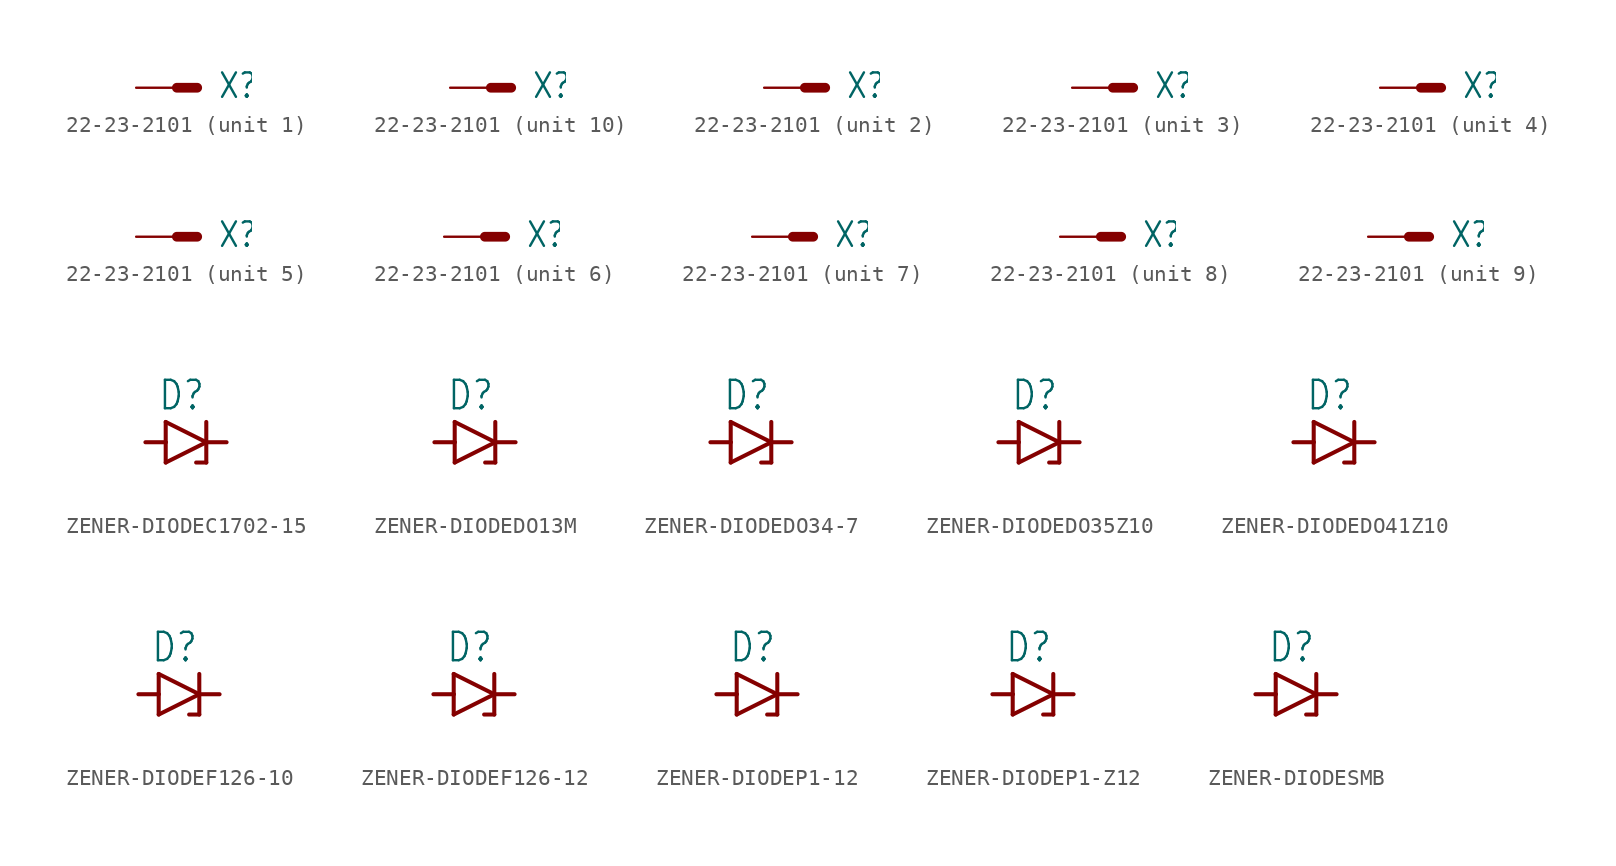
<source format=kicad_sym>
(kicad_symbol_lib
  (version 20231120)
  (generator "kicad_symbol_editor")
  (generator_version "8.0")
  (symbol "22-23-2101"
    (property "Reference" "X"
      (at 2.54 -0.762 0)
      (effects (font (size 1.524 1.295)) (justify left bottom)))
    (property "ki_locked" ""
      (at 0 0 0)
      (effects (font (size 1.27 1.27))))
    (symbol "22-23-2101_1_0"
      (polyline (pts (xy 1.27 0) (xy 0 0)) (stroke (width 0.61) (type solid)) (fill (type none)))
      (pin passive line (at -2.54 0 0) (length 2.54) (name "S" (effects (font (size 0 0)))) (number "1" (effects (font (size 0 0))))))
    (symbol "22-23-2101_2_0"
      (polyline (pts (xy 1.27 0) (xy 0 0)) (stroke (width 0.61) (type solid)) (fill (type none)))
      (pin passive line (at -2.54 0 0) (length 2.54) (name "S" (effects (font (size 0 0)))) (number "2" (effects (font (size 0 0))))))
    (symbol "22-23-2101_3_0"
      (polyline (pts (xy 1.27 0) (xy 0 0)) (stroke (width 0.61) (type solid)) (fill (type none)))
      (pin passive line (at -2.54 0 0) (length 2.54) (name "S" (effects (font (size 0 0)))) (number "3" (effects (font (size 0 0))))))
    (symbol "22-23-2101_4_0"
      (polyline (pts (xy 1.27 0) (xy 0 0)) (stroke (width 0.61) (type solid)) (fill (type none)))
      (pin passive line (at -2.54 0 0) (length 2.54) (name "S" (effects (font (size 0 0)))) (number "4" (effects (font (size 0 0))))))
    (symbol "22-23-2101_5_0"
      (polyline (pts (xy 1.27 0) (xy 0 0)) (stroke (width 0.61) (type solid)) (fill (type none)))
      (pin passive line (at -2.54 0 0) (length 2.54) (name "S" (effects (font (size 0 0)))) (number "5" (effects (font (size 0 0))))))
    (symbol "22-23-2101_6_0"
      (polyline (pts (xy 1.27 0) (xy 0 0)) (stroke (width 0.61) (type solid)) (fill (type none)))
      (pin passive line (at -2.54 0 0) (length 2.54) (name "S" (effects (font (size 0 0)))) (number "6" (effects (font (size 0 0))))))
    (symbol "22-23-2101_7_0"
      (polyline (pts (xy 1.27 0) (xy 0 0)) (stroke (width 0.61) (type solid)) (fill (type none)))
      (pin passive line (at -2.54 0 0) (length 2.54) (name "S" (effects (font (size 0 0)))) (number "7" (effects (font (size 0 0))))))
    (symbol "22-23-2101_8_0"
      (polyline (pts (xy 1.27 0) (xy 0 0)) (stroke (width 0.61) (type solid)) (fill (type none)))
      (pin passive line (at -2.54 0 0) (length 2.54) (name "S" (effects (font (size 0 0)))) (number "8" (effects (font (size 0 0))))))
    (symbol "22-23-2101_9_0"
      (polyline (pts (xy 1.27 0) (xy 0 0)) (stroke (width 0.61) (type solid)) (fill (type none)))
      (pin passive line (at -2.54 0 0) (length 2.54) (name "S" (effects (font (size 0 0)))) (number "9" (effects (font (size 0 0))))))
    (symbol "22-23-2101_10_0"
      (polyline (pts (xy 1.27 0) (xy 0 0)) (stroke (width 0.61) (type solid)) (fill (type none)))
      (pin passive line (at -2.54 0 0) (length 2.54) (name "S" (effects (font (size 0 0)))) (number "10" (effects (font (size 0 0)))))))
  (symbol "ZENER-DIODEC1702-15"
    (property "Reference" "D"
      (at -1.778 1.905 0)
      (effects (font (size 1.778 1.511)) (justify left bottom)))
    (property "Value" ""
      (at -1.778 -3.429 0)
      (effects (font (size 1.778 1.511)) (justify left bottom)))
    (property "ki_locked" ""
      (at 0 0 0)
      (effects (font (size 1.27 1.27))))
    (symbol "ZENER-DIODEC1702-15_1_0"
      (polyline (pts (xy -1.27 -1.27) (xy 1.27 0)) (stroke (width 0.254) (type solid)) (fill (type none)))
      (polyline (pts (xy -1.27 0) (xy -2.54 0)) (stroke (width 0.254) (type solid)) (fill (type none)))
      (polyline (pts (xy -1.27 0) (xy -1.27 -1.27)) (stroke (width 0.254) (type solid)) (fill (type none)))
      (polyline (pts (xy -1.27 1.27) (xy -1.27 0)) (stroke (width 0.254) (type solid)) (fill (type none)))
      (polyline (pts (xy 1.27 -1.27) (xy 0.635 -1.27)) (stroke (width 0.254) (type solid)) (fill (type none)))
      (polyline (pts (xy 1.27 0) (xy -1.27 1.27)) (stroke (width 0.254) (type solid)) (fill (type none)))
      (polyline (pts (xy 1.27 0) (xy 1.27 -1.27)) (stroke (width 0.254) (type solid)) (fill (type none)))
      (polyline (pts (xy 1.27 0) (xy 2.54 0)) (stroke (width 0.254) (type solid)) (fill (type none)))
      (polyline (pts (xy 1.27 1.27) (xy 1.27 0)) (stroke (width 0.254) (type solid)) (fill (type none)))
      (pin passive line (at -2.54 0 0) (length 0) (name "A" (effects (font (size 0 0)))) (number "A" (effects (font (size 0 0)))))
      (pin passive line (at 2.54 0 180) (length 0) (name "C" (effects (font (size 0 0)))) (number "C" (effects (font (size 0 0)))))))
  (symbol "ZENER-DIODEDO13M"
    (property "Reference" "D"
      (at -1.778 1.905 0)
      (effects (font (size 1.778 1.511)) (justify left bottom)))
    (property "Value" ""
      (at -1.778 -3.429 0)
      (effects (font (size 1.778 1.511)) (justify left bottom)))
    (property "ki_locked" ""
      (at 0 0 0)
      (effects (font (size 1.27 1.27))))
    (symbol "ZENER-DIODEDO13M_1_0"
      (polyline (pts (xy -1.27 -1.27) (xy 1.27 0)) (stroke (width 0.254) (type solid)) (fill (type none)))
      (polyline (pts (xy -1.27 0) (xy -2.54 0)) (stroke (width 0.254) (type solid)) (fill (type none)))
      (polyline (pts (xy -1.27 0) (xy -1.27 -1.27)) (stroke (width 0.254) (type solid)) (fill (type none)))
      (polyline (pts (xy -1.27 1.27) (xy -1.27 0)) (stroke (width 0.254) (type solid)) (fill (type none)))
      (polyline (pts (xy 1.27 -1.27) (xy 0.635 -1.27)) (stroke (width 0.254) (type solid)) (fill (type none)))
      (polyline (pts (xy 1.27 0) (xy -1.27 1.27)) (stroke (width 0.254) (type solid)) (fill (type none)))
      (polyline (pts (xy 1.27 0) (xy 1.27 -1.27)) (stroke (width 0.254) (type solid)) (fill (type none)))
      (polyline (pts (xy 1.27 0) (xy 2.54 0)) (stroke (width 0.254) (type solid)) (fill (type none)))
      (polyline (pts (xy 1.27 1.27) (xy 1.27 0)) (stroke (width 0.254) (type solid)) (fill (type none)))
      (pin passive line (at -2.54 0 0) (length 0) (name "A" (effects (font (size 0 0)))) (number "A" (effects (font (size 0 0)))))
      (pin passive line (at 2.54 0 180) (length 0) (name "C" (effects (font (size 0 0)))) (number "C" (effects (font (size 0 0)))))))
  (symbol "ZENER-DIODEDO34-7"
    (property "Reference" "D"
      (at -1.778 1.905 0)
      (effects (font (size 1.778 1.511)) (justify left bottom)))
    (property "Value" ""
      (at -1.778 -3.429 0)
      (effects (font (size 1.778 1.511)) (justify left bottom)))
    (property "ki_locked" ""
      (at 0 0 0)
      (effects (font (size 1.27 1.27))))
    (symbol "ZENER-DIODEDO34-7_1_0"
      (polyline (pts (xy -1.27 -1.27) (xy 1.27 0)) (stroke (width 0.254) (type solid)) (fill (type none)))
      (polyline (pts (xy -1.27 0) (xy -2.54 0)) (stroke (width 0.254) (type solid)) (fill (type none)))
      (polyline (pts (xy -1.27 0) (xy -1.27 -1.27)) (stroke (width 0.254) (type solid)) (fill (type none)))
      (polyline (pts (xy -1.27 1.27) (xy -1.27 0)) (stroke (width 0.254) (type solid)) (fill (type none)))
      (polyline (pts (xy 1.27 -1.27) (xy 0.635 -1.27)) (stroke (width 0.254) (type solid)) (fill (type none)))
      (polyline (pts (xy 1.27 0) (xy -1.27 1.27)) (stroke (width 0.254) (type solid)) (fill (type none)))
      (polyline (pts (xy 1.27 0) (xy 1.27 -1.27)) (stroke (width 0.254) (type solid)) (fill (type none)))
      (polyline (pts (xy 1.27 0) (xy 2.54 0)) (stroke (width 0.254) (type solid)) (fill (type none)))
      (polyline (pts (xy 1.27 1.27) (xy 1.27 0)) (stroke (width 0.254) (type solid)) (fill (type none)))
      (pin passive line (at -2.54 0 0) (length 0) (name "A" (effects (font (size 0 0)))) (number "A" (effects (font (size 0 0)))))
      (pin passive line (at 2.54 0 180) (length 0) (name "C" (effects (font (size 0 0)))) (number "C" (effects (font (size 0 0)))))))
  (symbol "ZENER-DIODEDO35Z10"
    (property "Reference" "D"
      (at -1.778 1.905 0)
      (effects (font (size 1.778 1.511)) (justify left bottom)))
    (property "Value" ""
      (at -1.778 -3.429 0)
      (effects (font (size 1.778 1.511)) (justify left bottom)))
    (property "ki_locked" ""
      (at 0 0 0)
      (effects (font (size 1.27 1.27))))
    (symbol "ZENER-DIODEDO35Z10_1_0"
      (polyline (pts (xy -1.27 -1.27) (xy 1.27 0)) (stroke (width 0.254) (type solid)) (fill (type none)))
      (polyline (pts (xy -1.27 0) (xy -2.54 0)) (stroke (width 0.254) (type solid)) (fill (type none)))
      (polyline (pts (xy -1.27 0) (xy -1.27 -1.27)) (stroke (width 0.254) (type solid)) (fill (type none)))
      (polyline (pts (xy -1.27 1.27) (xy -1.27 0)) (stroke (width 0.254) (type solid)) (fill (type none)))
      (polyline (pts (xy 1.27 -1.27) (xy 0.635 -1.27)) (stroke (width 0.254) (type solid)) (fill (type none)))
      (polyline (pts (xy 1.27 0) (xy -1.27 1.27)) (stroke (width 0.254) (type solid)) (fill (type none)))
      (polyline (pts (xy 1.27 0) (xy 1.27 -1.27)) (stroke (width 0.254) (type solid)) (fill (type none)))
      (polyline (pts (xy 1.27 0) (xy 2.54 0)) (stroke (width 0.254) (type solid)) (fill (type none)))
      (polyline (pts (xy 1.27 1.27) (xy 1.27 0)) (stroke (width 0.254) (type solid)) (fill (type none)))
      (pin passive line (at -2.54 0 0) (length 0) (name "A" (effects (font (size 0 0)))) (number "A" (effects (font (size 0 0)))))
      (pin passive line (at 2.54 0 180) (length 0) (name "C" (effects (font (size 0 0)))) (number "C" (effects (font (size 0 0)))))))
  (symbol "ZENER-DIODEDO41Z10"
    (property "Reference" "D"
      (at -1.778 1.905 0)
      (effects (font (size 1.778 1.511)) (justify left bottom)))
    (property "Value" ""
      (at -1.778 -3.429 0)
      (effects (font (size 1.778 1.511)) (justify left bottom)))
    (property "ki_locked" ""
      (at 0 0 0)
      (effects (font (size 1.27 1.27))))
    (symbol "ZENER-DIODEDO41Z10_1_0"
      (polyline (pts (xy -1.27 -1.27) (xy 1.27 0)) (stroke (width 0.254) (type solid)) (fill (type none)))
      (polyline (pts (xy -1.27 0) (xy -2.54 0)) (stroke (width 0.254) (type solid)) (fill (type none)))
      (polyline (pts (xy -1.27 0) (xy -1.27 -1.27)) (stroke (width 0.254) (type solid)) (fill (type none)))
      (polyline (pts (xy -1.27 1.27) (xy -1.27 0)) (stroke (width 0.254) (type solid)) (fill (type none)))
      (polyline (pts (xy 1.27 -1.27) (xy 0.635 -1.27)) (stroke (width 0.254) (type solid)) (fill (type none)))
      (polyline (pts (xy 1.27 0) (xy -1.27 1.27)) (stroke (width 0.254) (type solid)) (fill (type none)))
      (polyline (pts (xy 1.27 0) (xy 1.27 -1.27)) (stroke (width 0.254) (type solid)) (fill (type none)))
      (polyline (pts (xy 1.27 0) (xy 2.54 0)) (stroke (width 0.254) (type solid)) (fill (type none)))
      (polyline (pts (xy 1.27 1.27) (xy 1.27 0)) (stroke (width 0.254) (type solid)) (fill (type none)))
      (pin passive line (at -2.54 0 0) (length 0) (name "A" (effects (font (size 0 0)))) (number "A" (effects (font (size 0 0)))))
      (pin passive line (at 2.54 0 180) (length 0) (name "C" (effects (font (size 0 0)))) (number "C" (effects (font (size 0 0)))))))
  (symbol "ZENER-DIODEF126-10"
    (property "Reference" "D"
      (at -1.778 1.905 0)
      (effects (font (size 1.778 1.511)) (justify left bottom)))
    (property "Value" ""
      (at -1.778 -3.429 0)
      (effects (font (size 1.778 1.511)) (justify left bottom)))
    (property "ki_locked" ""
      (at 0 0 0)
      (effects (font (size 1.27 1.27))))
    (symbol "ZENER-DIODEF126-10_1_0"
      (polyline (pts (xy -1.27 -1.27) (xy 1.27 0)) (stroke (width 0.254) (type solid)) (fill (type none)))
      (polyline (pts (xy -1.27 0) (xy -2.54 0)) (stroke (width 0.254) (type solid)) (fill (type none)))
      (polyline (pts (xy -1.27 0) (xy -1.27 -1.27)) (stroke (width 0.254) (type solid)) (fill (type none)))
      (polyline (pts (xy -1.27 1.27) (xy -1.27 0)) (stroke (width 0.254) (type solid)) (fill (type none)))
      (polyline (pts (xy 1.27 -1.27) (xy 0.635 -1.27)) (stroke (width 0.254) (type solid)) (fill (type none)))
      (polyline (pts (xy 1.27 0) (xy -1.27 1.27)) (stroke (width 0.254) (type solid)) (fill (type none)))
      (polyline (pts (xy 1.27 0) (xy 1.27 -1.27)) (stroke (width 0.254) (type solid)) (fill (type none)))
      (polyline (pts (xy 1.27 0) (xy 2.54 0)) (stroke (width 0.254) (type solid)) (fill (type none)))
      (polyline (pts (xy 1.27 1.27) (xy 1.27 0)) (stroke (width 0.254) (type solid)) (fill (type none)))
      (pin passive line (at -2.54 0 0) (length 0) (name "A" (effects (font (size 0 0)))) (number "A" (effects (font (size 0 0)))))
      (pin passive line (at 2.54 0 180) (length 0) (name "C" (effects (font (size 0 0)))) (number "C" (effects (font (size 0 0)))))))
  (symbol "ZENER-DIODEF126-12"
    (property "Reference" "D"
      (at -1.778 1.905 0)
      (effects (font (size 1.778 1.511)) (justify left bottom)))
    (property "Value" ""
      (at -1.778 -3.429 0)
      (effects (font (size 1.778 1.511)) (justify left bottom)))
    (property "ki_locked" ""
      (at 0 0 0)
      (effects (font (size 1.27 1.27))))
    (symbol "ZENER-DIODEF126-12_1_0"
      (polyline (pts (xy -1.27 -1.27) (xy 1.27 0)) (stroke (width 0.254) (type solid)) (fill (type none)))
      (polyline (pts (xy -1.27 0) (xy -2.54 0)) (stroke (width 0.254) (type solid)) (fill (type none)))
      (polyline (pts (xy -1.27 0) (xy -1.27 -1.27)) (stroke (width 0.254) (type solid)) (fill (type none)))
      (polyline (pts (xy -1.27 1.27) (xy -1.27 0)) (stroke (width 0.254) (type solid)) (fill (type none)))
      (polyline (pts (xy 1.27 -1.27) (xy 0.635 -1.27)) (stroke (width 0.254) (type solid)) (fill (type none)))
      (polyline (pts (xy 1.27 0) (xy -1.27 1.27)) (stroke (width 0.254) (type solid)) (fill (type none)))
      (polyline (pts (xy 1.27 0) (xy 1.27 -1.27)) (stroke (width 0.254) (type solid)) (fill (type none)))
      (polyline (pts (xy 1.27 0) (xy 2.54 0)) (stroke (width 0.254) (type solid)) (fill (type none)))
      (polyline (pts (xy 1.27 1.27) (xy 1.27 0)) (stroke (width 0.254) (type solid)) (fill (type none)))
      (pin passive line (at -2.54 0 0) (length 0) (name "A" (effects (font (size 0 0)))) (number "A" (effects (font (size 0 0)))))
      (pin passive line (at 2.54 0 180) (length 0) (name "C" (effects (font (size 0 0)))) (number "C" (effects (font (size 0 0)))))))
  (symbol "ZENER-DIODEP1-12"
    (property "Reference" "D"
      (at -1.778 1.905 0)
      (effects (font (size 1.778 1.511)) (justify left bottom)))
    (property "Value" ""
      (at -1.778 -3.429 0)
      (effects (font (size 1.778 1.511)) (justify left bottom)))
    (property "ki_locked" ""
      (at 0 0 0)
      (effects (font (size 1.27 1.27))))
    (symbol "ZENER-DIODEP1-12_1_0"
      (polyline (pts (xy -1.27 -1.27) (xy 1.27 0)) (stroke (width 0.254) (type solid)) (fill (type none)))
      (polyline (pts (xy -1.27 0) (xy -2.54 0)) (stroke (width 0.254) (type solid)) (fill (type none)))
      (polyline (pts (xy -1.27 0) (xy -1.27 -1.27)) (stroke (width 0.254) (type solid)) (fill (type none)))
      (polyline (pts (xy -1.27 1.27) (xy -1.27 0)) (stroke (width 0.254) (type solid)) (fill (type none)))
      (polyline (pts (xy 1.27 -1.27) (xy 0.635 -1.27)) (stroke (width 0.254) (type solid)) (fill (type none)))
      (polyline (pts (xy 1.27 0) (xy -1.27 1.27)) (stroke (width 0.254) (type solid)) (fill (type none)))
      (polyline (pts (xy 1.27 0) (xy 1.27 -1.27)) (stroke (width 0.254) (type solid)) (fill (type none)))
      (polyline (pts (xy 1.27 0) (xy 2.54 0)) (stroke (width 0.254) (type solid)) (fill (type none)))
      (polyline (pts (xy 1.27 1.27) (xy 1.27 0)) (stroke (width 0.254) (type solid)) (fill (type none)))
      (pin passive line (at -2.54 0 0) (length 0) (name "A" (effects (font (size 0 0)))) (number "A" (effects (font (size 0 0)))))
      (pin passive line (at 2.54 0 180) (length 0) (name "C" (effects (font (size 0 0)))) (number "C" (effects (font (size 0 0)))))))
  (symbol "ZENER-DIODEP1-Z12"
    (property "Reference" "D"
      (at -1.778 1.905 0)
      (effects (font (size 1.778 1.511)) (justify left bottom)))
    (property "Value" ""
      (at -1.778 -3.429 0)
      (effects (font (size 1.778 1.511)) (justify left bottom)))
    (property "ki_locked" ""
      (at 0 0 0)
      (effects (font (size 1.27 1.27))))
    (symbol "ZENER-DIODEP1-Z12_1_0"
      (polyline (pts (xy -1.27 -1.27) (xy 1.27 0)) (stroke (width 0.254) (type solid)) (fill (type none)))
      (polyline (pts (xy -1.27 0) (xy -2.54 0)) (stroke (width 0.254) (type solid)) (fill (type none)))
      (polyline (pts (xy -1.27 0) (xy -1.27 -1.27)) (stroke (width 0.254) (type solid)) (fill (type none)))
      (polyline (pts (xy -1.27 1.27) (xy -1.27 0)) (stroke (width 0.254) (type solid)) (fill (type none)))
      (polyline (pts (xy 1.27 -1.27) (xy 0.635 -1.27)) (stroke (width 0.254) (type solid)) (fill (type none)))
      (polyline (pts (xy 1.27 0) (xy -1.27 1.27)) (stroke (width 0.254) (type solid)) (fill (type none)))
      (polyline (pts (xy 1.27 0) (xy 1.27 -1.27)) (stroke (width 0.254) (type solid)) (fill (type none)))
      (polyline (pts (xy 1.27 0) (xy 2.54 0)) (stroke (width 0.254) (type solid)) (fill (type none)))
      (polyline (pts (xy 1.27 1.27) (xy 1.27 0)) (stroke (width 0.254) (type solid)) (fill (type none)))
      (pin passive line (at -2.54 0 0) (length 0) (name "A" (effects (font (size 0 0)))) (number "A" (effects (font (size 0 0)))))
      (pin passive line (at 2.54 0 180) (length 0) (name "C" (effects (font (size 0 0)))) (number "C" (effects (font (size 0 0)))))))
  (symbol "ZENER-DIODESMB"
    (property "Reference" "D"
      (at -1.778 1.905 0)
      (effects (font (size 1.778 1.511)) (justify left bottom)))
    (property "Value" ""
      (at -1.778 -3.429 0)
      (effects (font (size 1.778 1.511)) (justify left bottom)))
    (property "ki_locked" ""
      (at 0 0 0)
      (effects (font (size 1.27 1.27))))
    (symbol "ZENER-DIODESMB_1_0"
      (polyline (pts (xy -1.27 -1.27) (xy 1.27 0)) (stroke (width 0.254) (type solid)) (fill (type none)))
      (polyline (pts (xy -1.27 0) (xy -2.54 0)) (stroke (width 0.254) (type solid)) (fill (type none)))
      (polyline (pts (xy -1.27 0) (xy -1.27 -1.27)) (stroke (width 0.254) (type solid)) (fill (type none)))
      (polyline (pts (xy -1.27 1.27) (xy -1.27 0)) (stroke (width 0.254) (type solid)) (fill (type none)))
      (polyline (pts (xy 1.27 -1.27) (xy 0.635 -1.27)) (stroke (width 0.254) (type solid)) (fill (type none)))
      (polyline (pts (xy 1.27 0) (xy -1.27 1.27)) (stroke (width 0.254) (type solid)) (fill (type none)))
      (polyline (pts (xy 1.27 0) (xy 1.27 -1.27)) (stroke (width 0.254) (type solid)) (fill (type none)))
      (polyline (pts (xy 1.27 0) (xy 2.54 0)) (stroke (width 0.254) (type solid)) (fill (type none)))
      (polyline (pts (xy 1.27 1.27) (xy 1.27 0)) (stroke (width 0.254) (type solid)) (fill (type none)))
      (pin passive line (at -2.54 0 0) (length 0) (name "A" (effects (font (size 0 0)))) (number "A" (effects (font (size 0 0)))))
      (pin passive line (at 2.54 0 180) (length 0) (name "C" (effects (font (size 0 0)))) (number "C" (effects (font (size 0 0))))))))
</source>
